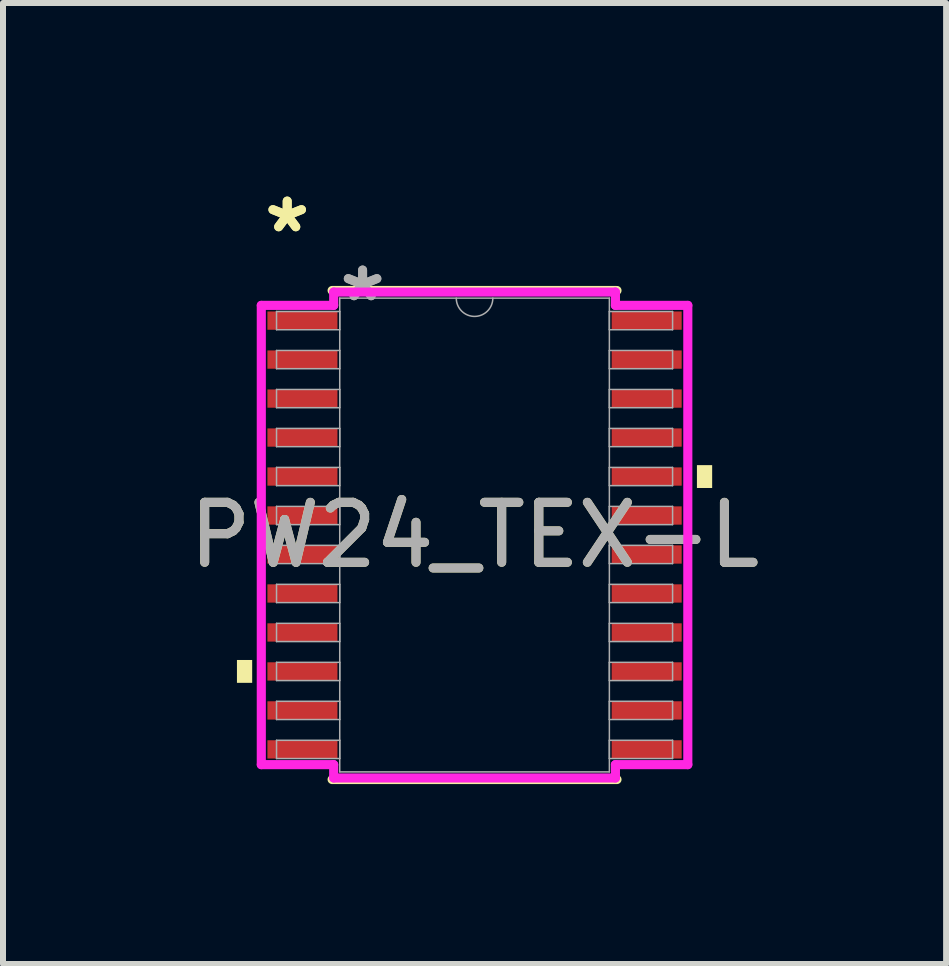
<source format=kicad_pcb>
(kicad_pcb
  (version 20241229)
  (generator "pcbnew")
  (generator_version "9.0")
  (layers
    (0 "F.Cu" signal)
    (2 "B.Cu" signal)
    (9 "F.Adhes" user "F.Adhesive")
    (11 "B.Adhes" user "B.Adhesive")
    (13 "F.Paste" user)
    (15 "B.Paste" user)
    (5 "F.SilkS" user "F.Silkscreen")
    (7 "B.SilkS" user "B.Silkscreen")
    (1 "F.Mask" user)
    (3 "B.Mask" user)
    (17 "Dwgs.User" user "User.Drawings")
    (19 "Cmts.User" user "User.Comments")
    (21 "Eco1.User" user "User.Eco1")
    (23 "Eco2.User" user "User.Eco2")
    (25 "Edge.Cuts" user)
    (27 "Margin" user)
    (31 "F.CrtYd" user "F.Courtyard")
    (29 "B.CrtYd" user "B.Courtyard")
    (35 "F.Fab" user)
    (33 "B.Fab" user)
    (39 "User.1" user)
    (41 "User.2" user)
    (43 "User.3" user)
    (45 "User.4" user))
  (footprint "PW24_TEX-L"
    (layer "F.Cu")
    (at 4.863 5.871)
    (property "Reference" "PW24_TEX-L" (at 0 0 0) (unlocked yes) (layer "F.SilkS") (effects (font (size 1 1) (thickness 0.15))))
    (attr smd)
    (fp_line (start -2.375 4.077) (end 2.375 4.077) (stroke (width 0.152) (type solid)) (layer "F.SilkS"))
    (fp_line (start 2.375 -4.077) (end -2.375 -4.077) (stroke (width 0.152) (type solid)) (layer "F.SilkS"))
    (fp_poly (pts (xy -3.962 2.084) (xy -3.962 2.465) (xy -3.708 2.465) (xy -3.708 2.084)) (stroke (width 0) (type solid)) (fill yes) (layer "F.SilkS"))
    (fp_poly (pts (xy 3.962 -1.165) (xy 3.962 -0.784) (xy 3.708 -0.784) (xy 3.708 -1.165)) (stroke (width 0) (type solid)) (fill yes) (layer "F.SilkS"))
    (fp_line (start -3.556 -3.829) (end -2.349 -3.829) (stroke (width 0.152) (type solid)) (layer "F.CrtYd"))
    (fp_line (start -3.556 3.829) (end -3.556 -3.829) (stroke (width 0.152) (type solid)) (layer "F.CrtYd"))
    (fp_line (start -3.556 3.829) (end -2.349 3.829) (stroke (width 0.152) (type solid)) (layer "F.CrtYd"))
    (fp_line (start -2.349 -4.051) (end 2.349 -4.051) (stroke (width 0.152) (type solid)) (layer "F.CrtYd"))
    (fp_line (start -2.349 -3.829) (end -2.349 -4.051) (stroke (width 0.152) (type solid)) (layer "F.CrtYd"))
    (fp_line (start -2.349 4.051) (end -2.349 3.829) (stroke (width 0.152) (type solid)) (layer "F.CrtYd"))
    (fp_line (start 2.349 -4.051) (end 2.349 -3.829) (stroke (width 0.152) (type solid)) (layer "F.CrtYd"))
    (fp_line (start 2.349 3.829) (end 2.349 4.051) (stroke (width 0.152) (type solid)) (layer "F.CrtYd"))
    (fp_line (start 2.349 4.051) (end -2.349 4.051) (stroke (width 0.152) (type solid)) (layer "F.CrtYd"))
    (fp_line (start 3.556 -3.829) (end 2.349 -3.829) (stroke (width 0.152) (type solid)) (layer "F.CrtYd"))
    (fp_line (start 3.556 -3.829) (end 3.556 3.829) (stroke (width 0.152) (type solid)) (layer "F.CrtYd"))
    (fp_line (start 3.556 3.829) (end 2.349 3.829) (stroke (width 0.152) (type solid)) (layer "F.CrtYd"))
    (fp_line (start -3.302 -3.727) (end -3.302 -3.423) (stroke (width 0.025) (type solid)) (layer "F.Fab"))
    (fp_line (start -3.302 -3.423) (end -2.248 -3.423) (stroke (width 0.025) (type solid)) (layer "F.Fab"))
    (fp_line (start -3.302 -3.077) (end -3.302 -2.773) (stroke (width 0.025) (type solid)) (layer "F.Fab"))
    (fp_line (start -3.302 -2.773) (end -2.248 -2.773) (stroke (width 0.025) (type solid)) (layer "F.Fab"))
    (fp_line (start -3.302 -2.427) (end -3.302 -2.123) (stroke (width 0.025) (type solid)) (layer "F.Fab"))
    (fp_line (start -3.302 -2.123) (end -2.248 -2.123) (stroke (width 0.025) (type solid)) (layer "F.Fab"))
    (fp_line (start -3.302 -1.777) (end -3.302 -1.473) (stroke (width 0.025) (type solid)) (layer "F.Fab"))
    (fp_line (start -3.302 -1.473) (end -2.248 -1.473) (stroke (width 0.025) (type solid)) (layer "F.Fab"))
    (fp_line (start -3.302 -1.127) (end -3.302 -0.823) (stroke (width 0.025) (type solid)) (layer "F.Fab"))
    (fp_line (start -3.302 -0.823) (end -2.248 -0.823) (stroke (width 0.025) (type solid)) (layer "F.Fab"))
    (fp_line (start -3.302 -0.477) (end -3.302 -0.173) (stroke (width 0.025) (type solid)) (layer "F.Fab"))
    (fp_line (start -3.302 -0.173) (end -2.248 -0.173) (stroke (width 0.025) (type solid)) (layer "F.Fab"))
    (fp_line (start -3.302 0.173) (end -3.302 0.477) (stroke (width 0.025) (type solid)) (layer "F.Fab"))
    (fp_line (start -3.302 0.477) (end -2.248 0.477) (stroke (width 0.025) (type solid)) (layer "F.Fab"))
    (fp_line (start -3.302 0.823) (end -3.302 1.127) (stroke (width 0.025) (type solid)) (layer "F.Fab"))
    (fp_line (start -3.302 1.127) (end -2.248 1.127) (stroke (width 0.025) (type solid)) (layer "F.Fab"))
    (fp_line (start -3.302 1.473) (end -3.302 1.777) (stroke (width 0.025) (type solid)) (layer "F.Fab"))
    (fp_line (start -3.302 1.777) (end -2.248 1.777) (stroke (width 0.025) (type solid)) (layer "F.Fab"))
    (fp_line (start -3.302 2.123) (end -3.302 2.427) (stroke (width 0.025) (type solid)) (layer "F.Fab"))
    (fp_line (start -3.302 2.427) (end -2.248 2.427) (stroke (width 0.025) (type solid)) (layer "F.Fab"))
    (fp_line (start -3.302 2.773) (end -3.302 3.077) (stroke (width 0.025) (type solid)) (layer "F.Fab"))
    (fp_line (start -3.302 3.077) (end -2.248 3.077) (stroke (width 0.025) (type solid)) (layer "F.Fab"))
    (fp_line (start -3.302 3.423) (end -3.302 3.727) (stroke (width 0.025) (type solid)) (layer "F.Fab"))
    (fp_line (start -3.302 3.727) (end -2.248 3.727) (stroke (width 0.025) (type solid)) (layer "F.Fab"))
    (fp_line (start -2.248 -3.95) (end -2.248 3.95) (stroke (width 0.025) (type solid)) (layer "F.Fab"))
    (fp_line (start -2.248 -3.727) (end -3.302 -3.727) (stroke (width 0.025) (type solid)) (layer "F.Fab"))
    (fp_line (start -2.248 -3.423) (end -2.248 -3.727) (stroke (width 0.025) (type solid)) (layer "F.Fab"))
    (fp_line (start -2.248 -3.077) (end -3.302 -3.077) (stroke (width 0.025) (type solid)) (layer "F.Fab"))
    (fp_line (start -2.248 -2.773) (end -2.248 -3.077) (stroke (width 0.025) (type solid)) (layer "F.Fab"))
    (fp_line (start -2.248 -2.427) (end -3.302 -2.427) (stroke (width 0.025) (type solid)) (layer "F.Fab"))
    (fp_line (start -2.248 -2.123) (end -2.248 -2.427) (stroke (width 0.025) (type solid)) (layer "F.Fab"))
    (fp_line (start -2.248 -1.777) (end -3.302 -1.777) (stroke (width 0.025) (type solid)) (layer "F.Fab"))
    (fp_line (start -2.248 -1.473) (end -2.248 -1.777) (stroke (width 0.025) (type solid)) (layer "F.Fab"))
    (fp_line (start -2.248 -1.127) (end -3.302 -1.127) (stroke (width 0.025) (type solid)) (layer "F.Fab"))
    (fp_line (start -2.248 -0.823) (end -2.248 -1.127) (stroke (width 0.025) (type solid)) (layer "F.Fab"))
    (fp_line (start -2.248 -0.477) (end -3.302 -0.477) (stroke (width 0.025) (type solid)) (layer "F.Fab"))
    (fp_line (start -2.248 -0.173) (end -2.248 -0.477) (stroke (width 0.025) (type solid)) (layer "F.Fab"))
    (fp_line (start -2.248 0.173) (end -3.302 0.173) (stroke (width 0.025) (type solid)) (layer "F.Fab"))
    (fp_line (start -2.248 0.477) (end -2.248 0.173) (stroke (width 0.025) (type solid)) (layer "F.Fab"))
    (fp_line (start -2.248 0.823) (end -3.302 0.823) (stroke (width 0.025) (type solid)) (layer "F.Fab"))
    (fp_line (start -2.248 1.127) (end -2.248 0.823) (stroke (width 0.025) (type solid)) (layer "F.Fab"))
    (fp_line (start -2.248 1.473) (end -3.302 1.473) (stroke (width 0.025) (type solid)) (layer "F.Fab"))
    (fp_line (start -2.248 1.777) (end -2.248 1.473) (stroke (width 0.025) (type solid)) (layer "F.Fab"))
    (fp_line (start -2.248 2.123) (end -3.302 2.123) (stroke (width 0.025) (type solid)) (layer "F.Fab"))
    (fp_line (start -2.248 2.427) (end -2.248 2.123) (stroke (width 0.025) (type solid)) (layer "F.Fab"))
    (fp_line (start -2.248 2.773) (end -3.302 2.773) (stroke (width 0.025) (type solid)) (layer "F.Fab"))
    (fp_line (start -2.248 3.077) (end -2.248 2.773) (stroke (width 0.025) (type solid)) (layer "F.Fab"))
    (fp_line (start -2.248 3.423) (end -3.302 3.423) (stroke (width 0.025) (type solid)) (layer "F.Fab"))
    (fp_line (start -2.248 3.727) (end -2.248 3.423) (stroke (width 0.025) (type solid)) (layer "F.Fab"))
    (fp_line (start -2.248 3.95) (end 2.248 3.95) (stroke (width 0.025) (type solid)) (layer "F.Fab"))
    (fp_line (start 2.248 -3.95) (end -2.248 -3.95) (stroke (width 0.025) (type solid)) (layer "F.Fab"))
    (fp_line (start 2.248 -3.727) (end 2.248 -3.423) (stroke (width 0.025) (type solid)) (layer "F.Fab"))
    (fp_line (start 2.248 -3.423) (end 3.302 -3.423) (stroke (width 0.025) (type solid)) (layer "F.Fab"))
    (fp_line (start 2.248 -3.077) (end 2.248 -2.773) (stroke (width 0.025) (type solid)) (layer "F.Fab"))
    (fp_line (start 2.248 -2.773) (end 3.302 -2.773) (stroke (width 0.025) (type solid)) (layer "F.Fab"))
    (fp_line (start 2.248 -2.427) (end 2.248 -2.123) (stroke (width 0.025) (type solid)) (layer "F.Fab"))
    (fp_line (start 2.248 -2.123) (end 3.302 -2.123) (stroke (width 0.025) (type solid)) (layer "F.Fab"))
    (fp_line (start 2.248 -1.777) (end 2.248 -1.473) (stroke (width 0.025) (type solid)) (layer "F.Fab"))
    (fp_line (start 2.248 -1.473) (end 3.302 -1.473) (stroke (width 0.025) (type solid)) (layer "F.Fab"))
    (fp_line (start 2.248 -1.127) (end 2.248 -0.823) (stroke (width 0.025) (type solid)) (layer "F.Fab"))
    (fp_line (start 2.248 -0.823) (end 3.302 -0.823) (stroke (width 0.025) (type solid)) (layer "F.Fab"))
    (fp_line (start 2.248 -0.477) (end 2.248 -0.173) (stroke (width 0.025) (type solid)) (layer "F.Fab"))
    (fp_line (start 2.248 -0.173) (end 3.302 -0.173) (stroke (width 0.025) (type solid)) (layer "F.Fab"))
    (fp_line (start 2.248 0.173) (end 2.248 0.477) (stroke (width 0.025) (type solid)) (layer "F.Fab"))
    (fp_line (start 2.248 0.477) (end 3.302 0.477) (stroke (width 0.025) (type solid)) (layer "F.Fab"))
    (fp_line (start 2.248 0.823) (end 2.248 1.127) (stroke (width 0.025) (type solid)) (layer "F.Fab"))
    (fp_line (start 2.248 1.127) (end 3.302 1.127) (stroke (width 0.025) (type solid)) (layer "F.Fab"))
    (fp_line (start 2.248 1.473) (end 2.248 1.777) (stroke (width 0.025) (type solid)) (layer "F.Fab"))
    (fp_line (start 2.248 1.777) (end 3.302 1.777) (stroke (width 0.025) (type solid)) (layer "F.Fab"))
    (fp_line (start 2.248 2.123) (end 2.248 2.427) (stroke (width 0.025) (type solid)) (layer "F.Fab"))
    (fp_line (start 2.248 2.427) (end 3.302 2.427) (stroke (width 0.025) (type solid)) (layer "F.Fab"))
    (fp_line (start 2.248 2.773) (end 2.248 3.077) (stroke (width 0.025) (type solid)) (layer "F.Fab"))
    (fp_line (start 2.248 3.077) (end 3.302 3.077) (stroke (width 0.025) (type solid)) (layer "F.Fab"))
    (fp_line (start 2.248 3.423) (end 2.248 3.727) (stroke (width 0.025) (type solid)) (layer "F.Fab"))
    (fp_line (start 2.248 3.727) (end 3.302 3.727) (stroke (width 0.025) (type solid)) (layer "F.Fab"))
    (fp_line (start 2.248 3.95) (end 2.248 -3.95) (stroke (width 0.025) (type solid)) (layer "F.Fab"))
    (fp_line (start 3.302 -3.727) (end 2.248 -3.727) (stroke (width 0.025) (type solid)) (layer "F.Fab"))
    (fp_line (start 3.302 -3.423) (end 3.302 -3.727) (stroke (width 0.025) (type solid)) (layer "F.Fab"))
    (fp_line (start 3.302 -3.077) (end 2.248 -3.077) (stroke (width 0.025) (type solid)) (layer "F.Fab"))
    (fp_line (start 3.302 -2.773) (end 3.302 -3.077) (stroke (width 0.025) (type solid)) (layer "F.Fab"))
    (fp_line (start 3.302 -2.427) (end 2.248 -2.427) (stroke (width 0.025) (type solid)) (layer "F.Fab"))
    (fp_line (start 3.302 -2.123) (end 3.302 -2.427) (stroke (width 0.025) (type solid)) (layer "F.Fab"))
    (fp_line (start 3.302 -1.777) (end 2.248 -1.777) (stroke (width 0.025) (type solid)) (layer "F.Fab"))
    (fp_line (start 3.302 -1.473) (end 3.302 -1.777) (stroke (width 0.025) (type solid)) (layer "F.Fab"))
    (fp_line (start 3.302 -1.127) (end 2.248 -1.127) (stroke (width 0.025) (type solid)) (layer "F.Fab"))
    (fp_line (start 3.302 -0.823) (end 3.302 -1.127) (stroke (width 0.025) (type solid)) (layer "F.Fab"))
    (fp_line (start 3.302 -0.477) (end 2.248 -0.477) (stroke (width 0.025) (type solid)) (layer "F.Fab"))
    (fp_line (start 3.302 -0.173) (end 3.302 -0.477) (stroke (width 0.025) (type solid)) (layer "F.Fab"))
    (fp_line (start 3.302 0.173) (end 2.248 0.173) (stroke (width 0.025) (type solid)) (layer "F.Fab"))
    (fp_line (start 3.302 0.477) (end 3.302 0.173) (stroke (width 0.025) (type solid)) (layer "F.Fab"))
    (fp_line (start 3.302 0.823) (end 2.248 0.823) (stroke (width 0.025) (type solid)) (layer "F.Fab"))
    (fp_line (start 3.302 1.127) (end 3.302 0.823) (stroke (width 0.025) (type solid)) (layer "F.Fab"))
    (fp_line (start 3.302 1.473) (end 2.248 1.473) (stroke (width 0.025) (type solid)) (layer "F.Fab"))
    (fp_line (start 3.302 1.777) (end 3.302 1.473) (stroke (width 0.025) (type solid)) (layer "F.Fab"))
    (fp_line (start 3.302 2.123) (end 2.248 2.123) (stroke (width 0.025) (type solid)) (layer "F.Fab"))
    (fp_line (start 3.302 2.427) (end 3.302 2.123) (stroke (width 0.025) (type solid)) (layer "F.Fab"))
    (fp_line (start 3.302 2.773) (end 2.248 2.773) (stroke (width 0.025) (type solid)) (layer "F.Fab"))
    (fp_line (start 3.302 3.077) (end 3.302 2.773) (stroke (width 0.025) (type solid)) (layer "F.Fab"))
    (fp_line (start 3.302 3.423) (end 2.248 3.423) (stroke (width 0.025) (type solid)) (layer "F.Fab"))
    (fp_line (start 3.302 3.727) (end 3.302 3.423) (stroke (width 0.025) (type solid)) (layer "F.Fab"))
    (fp_arc (start 0.3048 -3.9497) (mid 0 -3.6449) (end -0.3048 -3.9497) (stroke (width 0.0254) (type solid)) (layer "F.Fab"))
    (fp_text user "*" (at -3.124 -5.023 0) (layer "F.SilkS") (effects (font (size 1 1) (thickness 0.15))))
    (fp_text user "*" (at -3.124 -5.023 0) (unlocked yes) (layer "F.SilkS") (effects (font (size 1 1) (thickness 0.15))))
    (fp_text user "*" (at -1.867 -3.873 0) (unlocked yes) (layer "F.Fab") (effects (font (size 1 1) (thickness 0.15))))
    (fp_text user "*" (at -1.867 -3.873 0) (layer "F.Fab") (effects (font (size 1 1) (thickness 0.15))))
    (fp_text user "${REFERENCE}" (at 0 0 0) (unlocked yes) (layer "F.Fab") (effects (font (size 1 1) (thickness 0.15))))
    (pad "1" smd rect (at -2.87 -3.575) (size 1.168 0.305) (layers "F.Cu" "F.Mask" "F.Paste"))
    (pad "2" smd rect (at -2.87 -2.925) (size 1.168 0.305) (layers "F.Cu" "F.Mask" "F.Paste"))
    (pad "3" smd rect (at -2.87 -2.275) (size 1.168 0.305) (layers "F.Cu" "F.Mask" "F.Paste"))
    (pad "4" smd rect (at -2.87 -1.625) (size 1.168 0.305) (layers "F.Cu" "F.Mask" "F.Paste"))
    (pad "5" smd rect (at -2.87 -0.975) (size 1.168 0.305) (layers "F.Cu" "F.Mask" "F.Paste"))
    (pad "6" smd rect (at -2.87 -0.325) (size 1.168 0.305) (layers "F.Cu" "F.Mask" "F.Paste"))
    (pad "7" smd rect (at -2.87 0.325) (size 1.168 0.305) (layers "F.Cu" "F.Mask" "F.Paste"))
    (pad "8" smd rect (at -2.87 0.975) (size 1.168 0.305) (layers "F.Cu" "F.Mask" "F.Paste"))
    (pad "9" smd rect (at -2.87 1.625) (size 1.168 0.305) (layers "F.Cu" "F.Mask" "F.Paste"))
    (pad "10" smd rect (at -2.87 2.275) (size 1.168 0.305) (layers "F.Cu" "F.Mask" "F.Paste"))
    (pad "11" smd rect (at -2.87 2.925) (size 1.168 0.305) (layers "F.Cu" "F.Mask" "F.Paste"))
    (pad "12" smd rect (at -2.87 3.575) (size 1.168 0.305) (layers "F.Cu" "F.Mask" "F.Paste"))
    (pad "13" smd rect (at 2.87 3.575) (size 1.168 0.305) (layers "F.Cu" "F.Mask" "F.Paste"))
    (pad "14" smd rect (at 2.87 2.925) (size 1.168 0.305) (layers "F.Cu" "F.Mask" "F.Paste"))
    (pad "15" smd rect (at 2.87 2.275) (size 1.168 0.305) (layers "F.Cu" "F.Mask" "F.Paste"))
    (pad "16" smd rect (at 2.87 1.625) (size 1.168 0.305) (layers "F.Cu" "F.Mask" "F.Paste"))
    (pad "17" smd rect (at 2.87 0.975) (size 1.168 0.305) (layers "F.Cu" "F.Mask" "F.Paste"))
    (pad "18" smd rect (at 2.87 0.325) (size 1.168 0.305) (layers "F.Cu" "F.Mask" "F.Paste"))
    (pad "19" smd rect (at 2.87 -0.325) (size 1.168 0.305) (layers "F.Cu" "F.Mask" "F.Paste"))
    (pad "20" smd rect (at 2.87 -0.975) (size 1.168 0.305) (layers "F.Cu" "F.Mask" "F.Paste"))
    (pad "21" smd rect (at 2.87 -1.625) (size 1.168 0.305) (layers "F.Cu" "F.Mask" "F.Paste"))
    (pad "22" smd rect (at 2.87 -2.275) (size 1.168 0.305) (layers "F.Cu" "F.Mask" "F.Paste"))
    (pad "23" smd rect (at 2.87 -2.925) (size 1.168 0.305) (layers "F.Cu" "F.Mask" "F.Paste"))
    (pad "24" smd rect (at 2.87 -3.575) (size 1.168 0.305) (layers "F.Cu" "F.Mask" "F.Paste")))
  (gr_rect
    (start -3 -3)
    (end 12.726 13.024)
    (stroke (width 0.1) (type default))
    (fill no)
    (layer "Edge.Cuts")))
</source>
